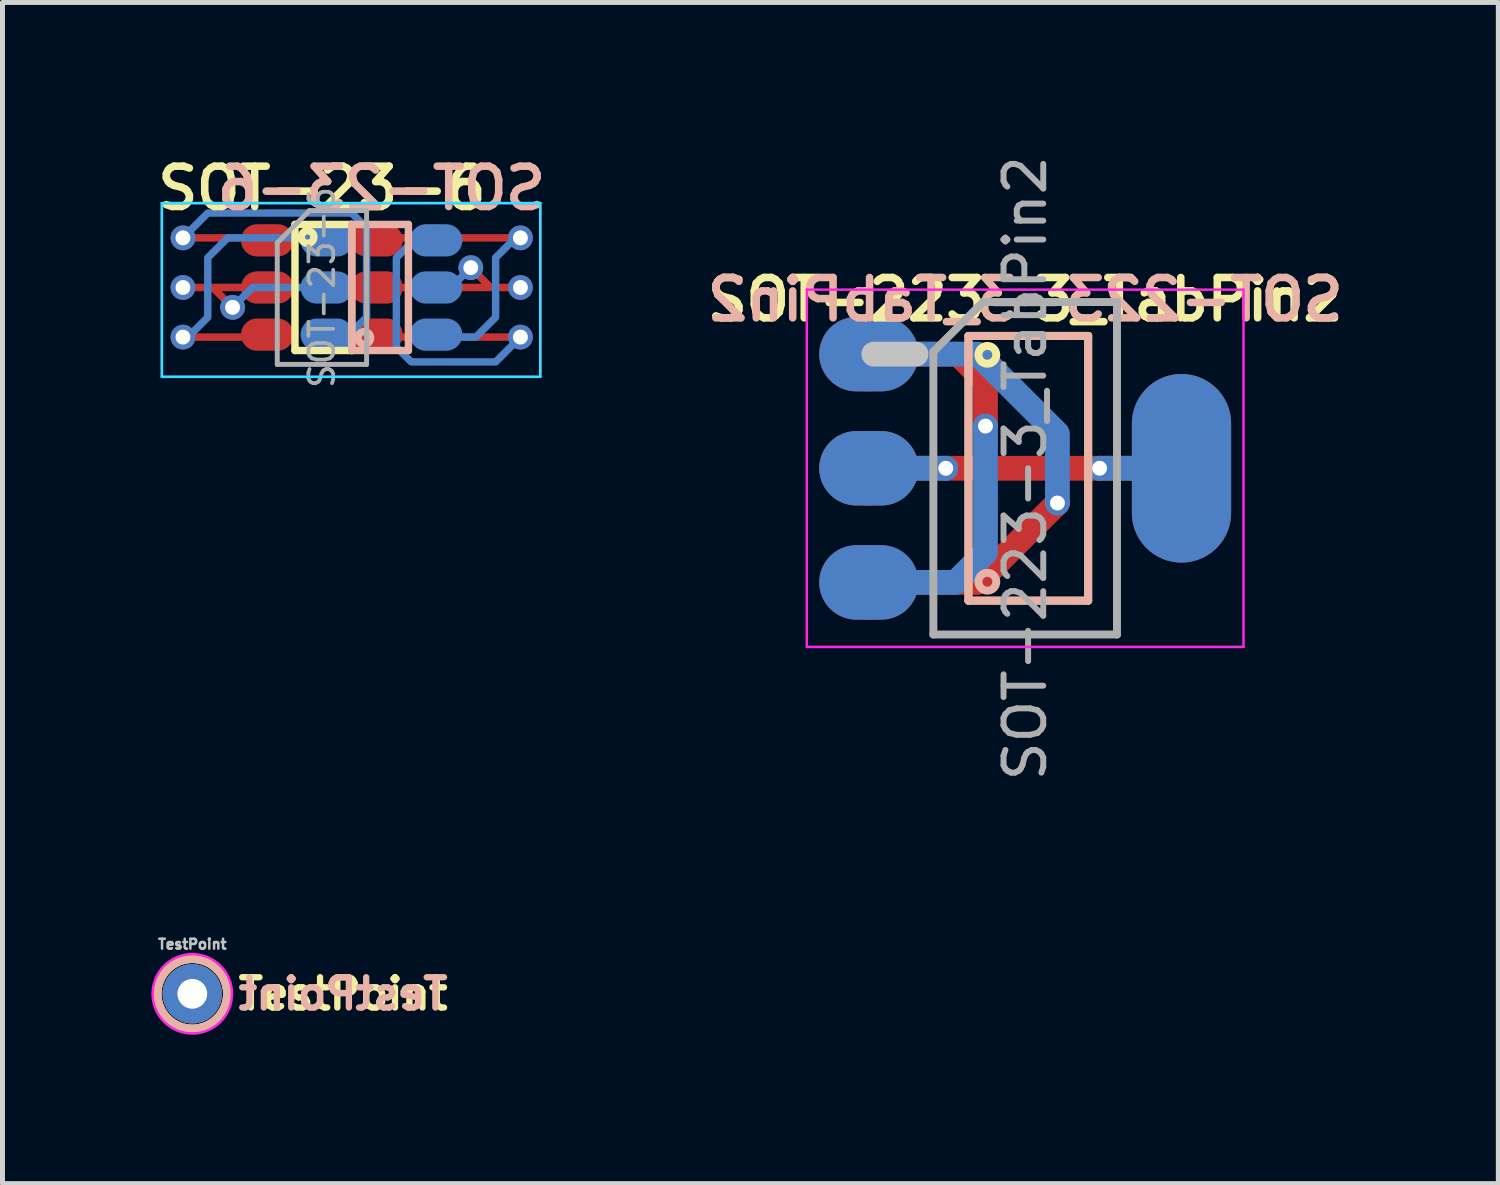
<source format=kicad_pcb>
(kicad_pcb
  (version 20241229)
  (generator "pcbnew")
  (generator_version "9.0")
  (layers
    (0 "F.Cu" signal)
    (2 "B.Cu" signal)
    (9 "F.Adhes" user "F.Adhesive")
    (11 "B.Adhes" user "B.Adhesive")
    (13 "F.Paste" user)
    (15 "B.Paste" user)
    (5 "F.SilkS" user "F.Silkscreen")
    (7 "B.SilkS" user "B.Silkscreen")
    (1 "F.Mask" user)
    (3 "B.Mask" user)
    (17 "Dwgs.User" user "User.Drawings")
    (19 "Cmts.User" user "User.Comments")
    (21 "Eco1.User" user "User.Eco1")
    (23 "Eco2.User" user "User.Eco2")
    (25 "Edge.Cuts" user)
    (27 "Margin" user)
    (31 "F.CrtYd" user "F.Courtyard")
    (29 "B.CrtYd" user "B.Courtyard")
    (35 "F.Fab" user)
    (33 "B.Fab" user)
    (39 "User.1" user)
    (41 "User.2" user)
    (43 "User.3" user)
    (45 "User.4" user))
  (footprint "SOT-223-3_TabPin2"
    (layer "F.Cu")
    (at 17.608 6.386)
    (property "Reference" "SOT-223-3_TabPin2" (at 0 -3.4 0) (layer "F.SilkS") (effects (font (size 0.813 0.813) (thickness 0.152))))
    (attr smd)
    (fp_line (start -1.143 -2.667) (end 1.27 -2.667) (stroke (width 0.16) (type solid)) (layer "F.SilkS"))
    (fp_line (start -1.143 2.667) (end -1.143 -2.667) (stroke (width 0.16) (type solid)) (layer "F.SilkS"))
    (fp_line (start 1.27 -2.667) (end 1.27 2.667) (stroke (width 0.16) (type solid)) (layer "F.SilkS"))
    (fp_line (start 1.27 2.667) (end -1.143 2.667) (stroke (width 0.16) (type solid)) (layer "F.SilkS"))
    (fp_circle (center -0.762 -2.286) (end -0.889 -2.159) (stroke (width 0.16) (type solid)) (fill no) (layer "F.SilkS"))
    (fp_line (start -1.143 -2.667) (end 1.27 -2.667) (stroke (width 0.16) (type solid)) (layer "B.SilkS"))
    (fp_line (start -1.143 2.667) (end -1.143 -2.667) (stroke (width 0.16) (type solid)) (layer "B.SilkS"))
    (fp_line (start 1.27 -2.667) (end 1.27 2.667) (stroke (width 0.16) (type solid)) (layer "B.SilkS"))
    (fp_line (start 1.27 2.667) (end -1.143 2.667) (stroke (width 0.16) (type solid)) (layer "B.SilkS"))
    (fp_circle (center -0.762 2.286) (end -0.582 2.286) (stroke (width 0.16) (type solid)) (fill no) (layer "B.SilkS"))
    (fp_line (start -3.05 -2.3) (end -2.2 -2.3) (stroke (width 0.5) (type solid)) (layer "Dwgs.User"))
    (fp_line (start -4.4 -3.6) (end -4.4 3.6) (stroke (width 0.05) (type solid)) (layer "F.CrtYd"))
    (fp_line (start -4.4 3.6) (end 4.4 3.6) (stroke (width 0.05) (type solid)) (layer "F.CrtYd"))
    (fp_line (start 4.4 -3.6) (end -4.4 -3.6) (stroke (width 0.05) (type solid)) (layer "F.CrtYd"))
    (fp_line (start 4.4 3.6) (end 4.4 -3.6) (stroke (width 0.05) (type solid)) (layer "F.CrtYd"))
    (fp_line (start -1.85 -2.35) (end -1.85 3.35) (stroke (width 0.16) (type solid)) (layer "F.Fab"))
    (fp_line (start -1.85 -2.35) (end -0.85 -3.35) (stroke (width 0.16) (type solid)) (layer "F.Fab"))
    (fp_line (start -1.85 3.35) (end 1.85 3.35) (stroke (width 0.16) (type solid)) (layer "F.Fab"))
    (fp_line (start -0.85 -3.35) (end 1.85 -3.35) (stroke (width 0.16) (type solid)) (layer "F.Fab"))
    (fp_line (start 1.85 -3.35) (end 1.85 3.35) (stroke (width 0.16) (type solid)) (layer "F.Fab"))
    (fp_text user "${REFERENCE}" (at 0 -3.4 0) (layer "B.SilkS") (effects (font (size 0.813 0.813) (thickness 0.152)) (justify mirror)))
    (fp_text user "${REFERENCE}" (at 0 0 90) (layer "F.Fab") (effects (font (size 0.8 0.8) (thickness 0.12))))
    (pad "1" smd custom (at -3.15 -2.3) (size 1.5 1.5) (layers "F.Cu") (options (anchor circle)) (primitives (gr_line (start 1.8 0) (end 2.35 0.55) (width 0.5)) (gr_line (start 0 0) (end 1.8 0) (width 0.5)) (gr_line (start 2.35 0.55) (end 2.35 1.45) (width 0.5))))
    (pad "1" smd oval (at -3.15 -2.3) (size 2 1.5) (layers "F.Cu" "F.Mask" "F.Paste"))
    (pad "1" smd custom (at -3.15 2.3) (size 1.5 1.5) (layers "B.Cu") (options (anchor circle)) (primitives (gr_line (start 0 0) (end 1.75 0) (width 0.5)) (gr_line (start 2.35 -0.6) (end 2.35 -3.15) (width 0.5)) (gr_line (start 1.75 0) (end 2.35 -0.6) (width 0.5))))
    (pad "1" smd oval (at -3.15 2.3) (size 2 1.5) (layers "B.Cu" "B.Mask" "B.Paste"))
    (pad "1" thru_hole circle (at -0.8 -0.85) (size 0.5 0.5) (drill 0.3) (layers "*.Cu"))
    (pad "2" smd custom (at -3.15 0) (size 1.5 1.5) (layers "F.Cu") (options (anchor circle)) (primitives (gr_line (start 0 0) (end 1.55 0) (width 0.5))))
    (pad "2" smd custom (at -3.15 0) (size 1.5 1.5) (layers "B.Cu") (options (anchor circle)) (primitives (gr_line (start 0 0) (end 1.55 0) (width 0.5))))
    (pad "2" smd oval (at -3.15 0) (size 2 1.5) (layers "F.Cu" "F.Mask" "F.Paste"))
    (pad "2" smd oval (at -3.15 0) (size 2 1.5) (layers "B.Cu" "B.Mask" "B.Paste"))
    (pad "2" thru_hole circle (at -1.6 0) (size 0.5 0.5) (drill 0.3) (layers "*.Cu"))
    (pad "2" thru_hole circle (at 1.5 0) (size 0.5 0.5) (drill 0.3) (layers "*.Cu"))
    (pad "2" smd custom (at 3.15 0) (size 2 2) (layers "F.Cu") (options (anchor circle)) (primitives (gr_line (start -4.75 0) (end 0.05 0) (width 0.5))))
    (pad "2" smd custom (at 3.15 0) (size 2 2) (layers "B.Cu") (options (anchor circle)) (primitives (gr_line (start -1.65 0) (end 0.05 0) (width 0.5))))
    (pad "2" smd oval (at 3.15 0) (size 2 3.8) (layers "F.Cu" "F.Mask" "F.Paste"))
    (pad "2" smd oval (at 3.15 0) (size 2 3.8) (layers "B.Cu" "B.Mask" "B.Paste"))
    (pad "3" smd custom (at -3.15 -2.3) (size 1.5 1.5) (layers "B.Cu") (options (anchor circle)) (primitives (gr_line (start 3.8 1.6) (end 3.8 3) (width 0.5)) (gr_line (start 2.2 0) (end 3.8 1.6) (width 0.5)) (gr_line (start -0.05 0) (end 2.2 0) (width 0.5))))
    (pad "3" smd oval (at -3.15 -2.3) (size 2 1.5) (layers "B.Cu" "B.Mask" "B.Paste"))
    (pad "3" smd custom (at -3.15 2.3) (size 1.5 1.5) (layers "F.Cu") (options (anchor circle)) (primitives (gr_line (start -0.05 0) (end 2.2 0) (width 0.5)) (gr_line (start 2.2 0) (end 3.8 -1.6) (width 0.5))))
    (pad "3" smd oval (at -3.15 2.3) (size 2 1.5) (layers "F.Cu" "F.Mask" "F.Paste"))
    (pad "3" thru_hole circle (at 0.65 0.7) (size 0.5 0.5) (drill 0.3) (layers "*.Cu")))
  (footprint "SOT-23-6"
    (layer "F.Cu")
    (at 4.037 2.743)
    (property "Reference" "SOT-23-6" (at -0.6 -2 0) (layer "F.SilkS") (effects (font (size 0.813 0.813) (thickness 0.152))))
    (attr smd)
    (fp_line (start -1.143 -1.27) (end 0 -1.27) (stroke (width 0.15) (type solid)) (layer "F.SilkS"))
    (fp_line (start -1.143 1.27) (end -1.143 -1.27) (stroke (width 0.15) (type solid)) (layer "F.SilkS"))
    (fp_line (start 0 -1.27) (end 0 1.27) (stroke (width 0.15) (type solid)) (layer "F.SilkS"))
    (fp_line (start 0 1.27) (end -1.143 1.27) (stroke (width 0.15) (type solid)) (layer "F.SilkS"))
    (fp_circle (center -0.889 -1.016) (end -0.889 -0.889) (stroke (width 0.15) (type solid)) (fill no) (layer "F.SilkS"))
    (fp_line (start 0 -1.27) (end 1.143 -1.27) (stroke (width 0.15) (type solid)) (layer "B.SilkS"))
    (fp_line (start 0 1.27) (end 0 -1.27) (stroke (width 0.15) (type solid)) (layer "B.SilkS"))
    (fp_line (start 1.143 -1.27) (end 1.143 1.27) (stroke (width 0.15) (type solid)) (layer "B.SilkS"))
    (fp_line (start 1.143 1.27) (end 0 1.27) (stroke (width 0.15) (type solid)) (layer "B.SilkS"))
    (fp_circle (center 0.254 1.016) (end 0.254 1.143) (stroke (width 0.15) (type solid)) (fill no) (layer "B.SilkS"))
    (fp_line (start -3.825 -1.7) (end -3.825 1.8) (stroke (width 0.05) (type solid)) (layer "B.CrtYd"))
    (fp_line (start -3.825 1.8) (end 3.8 1.8) (stroke (width 0.05) (type solid)) (layer "B.CrtYd"))
    (fp_line (start 3.8 -1.7) (end -3.825 -1.7) (stroke (width 0.05) (type solid)) (layer "B.CrtYd"))
    (fp_line (start 3.8 1.8) (end 3.8 -1.7) (stroke (width 0.05) (type solid)) (layer "B.CrtYd"))
    (fp_line (start -3.825 -1.7) (end -3.825 1.8) (stroke (width 0.05) (type solid)) (layer "F.CrtYd"))
    (fp_line (start -3.825 1.8) (end 3.8 1.8) (stroke (width 0.05) (type solid)) (layer "F.CrtYd"))
    (fp_line (start 3.8 -1.7) (end -3.825 -1.7) (stroke (width 0.05) (type solid)) (layer "F.CrtYd"))
    (fp_line (start 3.8 1.8) (end 3.8 -1.7) (stroke (width 0.05) (type solid)) (layer "F.CrtYd"))
    (fp_line (start -1.5 -0.9) (end -1.5 1.55) (stroke (width 0.1) (type solid)) (layer "F.Fab"))
    (fp_line (start -1.5 -0.9) (end -0.85 -1.55) (stroke (width 0.1) (type solid)) (layer "F.Fab"))
    (fp_line (start 0.3 -1.55) (end -0.85 -1.55) (stroke (width 0.1) (type solid)) (layer "F.Fab"))
    (fp_line (start 0.3 -1.55) (end 0.3 1.55) (stroke (width 0.1) (type solid)) (layer "F.Fab"))
    (fp_line (start 0.3 1.55) (end -1.5 1.55) (stroke (width 0.1) (type solid)) (layer "F.Fab"))
    (fp_text user "${REFERENCE}" (at 0.6 -2 0) (layer "B.SilkS") (effects (font (size 0.813 0.813) (thickness 0.152)) (justify mirror)))
    (fp_text user "${REFERENCE}" (at -0.6 0 90) (layer "F.Fab") (effects (font (size 0.5 0.5) (thickness 0.075))))
    (pad "1" thru_hole circle (at -3.4 -1) (size 0.5 0.5) (drill 0.3) (layers "*.Cu"))
    (pad "1" smd custom (at -1.7 -0.95) (size 0.6 0.6) (layers "F.Cu") (options (anchor circle)) (primitives (gr_line (start -1.7 -0.05) (end 0.1 -0.05) (width 0.15))))
    (pad "1" smd oval (at -1.7 -0.95) (size 1.06 0.65) (layers "F.Cu" "F.Mask" "F.Paste"))
    (pad "1" smd custom (at -0.5 0.95) (size 0.6 0.6) (layers "B.Cu") (options (anchor circle)) (primitives (gr_line (start 0.8 -2.15) (end 0.5 -2.45) (width 0.15)) (gr_line (start -0.1 0.05) (end 0.4 0.05) (width 0.15)) (gr_line (start 0.8 -0.35) (end 0.8 -2.15) (width 0.15)) (gr_line (start 0.4 0.05) (end 0.8 -0.35) (width 0.15)) (gr_line (start 0.5 -2.45) (end -2.4 -2.45) (width 0.15)) (gr_line (start -2.4 -2.45) (end -2.9 -1.95) (width 0.15))))
    (pad "1" smd oval (at -0.5 0.95) (size 1.06 0.65) (layers "B.Cu" "B.Mask" "B.Paste"))
    (pad "2" thru_hole circle (at -3.4 0) (size 0.5 0.5) (drill 0.3) (layers "*.Cu"))
    (pad "2" thru_hole circle (at -2.4 0.4) (size 0.5 0.5) (drill 0.3) (layers "*.Cu"))
    (pad "2" smd custom (at -1.7 0) (size 0.6 0.6) (layers "F.Cu") (options (anchor circle)) (primitives (gr_line (start -0.7 0.4) (end -1.1 0) (width 0.15)) (gr_line (start -1.7 0) (end 0.1 0) (width 0.15))))
    (pad "2" smd oval (at -1.7 0) (size 1.06 0.65) (layers "F.Cu" "F.Mask" "F.Paste"))
    (pad "2" smd custom (at -0.5 0) (size 0.6 0.6) (layers "B.Cu") (options (anchor circle)) (primitives (gr_line (start -1.5 0) (end -1.9 0.4) (width 0.15)) (gr_line (start 0.1 0) (end -1.5 0) (width 0.15))))
    (pad "2" smd oval (at -0.5 0) (size 1.06 0.65) (layers "B.Cu" "B.Mask" "B.Paste"))
    (pad "3" thru_hole circle (at -3.4 1) (size 0.5 0.5) (drill 0.3) (layers "*.Cu"))
    (pad "3" smd custom (at -1.7 0.95) (size 0.6 0.6) (layers "F.Cu") (options (anchor circle)) (primitives (gr_line (start -1.7 0.05) (end 0.1 0.05) (width 0.15))))
    (pad "3" smd oval (at -1.7 0.95) (size 1.06 0.65) (layers "F.Cu" "F.Mask" "F.Paste"))
    (pad "3" smd custom (at -0.5 -0.95) (size 0.6 0.6) (layers "B.Cu") (options (anchor circle)) (primitives (gr_line (start -2 -0.05) (end -2.4 0.35) (width 0.15)) (gr_line (start -2.8 1.95) (end -2.9 1.95) (width 0.15)) (gr_line (start 0.1 -0.05) (end -2 -0.05) (width 0.15)) (gr_line (start -2.4 1.55) (end -2.4 0.35) (width 0.15)) (gr_line (start -2.4 1.55) (end -2.8 1.95) (width 0.15))))
    (pad "3" smd oval (at -0.5 -0.95) (size 1.06 0.65) (layers "B.Cu" "B.Mask" "B.Paste"))
    (pad "4" smd custom (at 0.5 0.95) (size 0.6 0.6) (layers "F.Cu") (options (anchor circle)) (primitives (gr_line (start 2.9 0.05) (end -0.1 0.05) (width 0.15))))
    (pad "4" smd oval (at 0.5 0.95) (size 1.06 0.65) (layers "F.Cu" "F.Mask" "F.Paste"))
    (pad "4" smd custom (at 1.7 -0.95) (size 0.6 0.6) (layers "B.Cu") (options (anchor circle)) (primitives (gr_line (start -0.4 -0.05) (end -0.8 0.35) (width 0.15)) (gr_line (start -0.8 2.15) (end -0.5 2.45) (width 0.15)) (gr_line (start 1.2 2.45) (end 1.7 1.95) (width 0.15)) (gr_line (start -0.8 0.35) (end -0.8 2.15) (width 0.15)) (gr_line (start 0.1 -0.05) (end -0.4 -0.05) (width 0.15)) (gr_line (start -0.5 2.45) (end 1.2 2.45) (width 0.15))))
    (pad "4" smd oval (at 1.7 -0.95) (size 1.06 0.65) (layers "B.Cu" "B.Mask" "B.Paste"))
    (pad "4" thru_hole circle (at 3.4 1) (size 0.5 0.5) (drill 0.3) (layers "*.Cu"))
    (pad "5" smd custom (at 0.5 0) (size 0.6 0.6) (layers "F.Cu") (options (anchor circle)) (primitives (gr_line (start 2.9 0) (end -0.1 0) (width 0.15)) (gr_line (start 1.9 -0.4) (end 2.3 0) (width 0.15))))
    (pad "5" smd oval (at 0.5 0) (size 1.06 0.65) (layers "F.Cu" "F.Mask" "F.Paste"))
    (pad "5" smd custom (at 1.7 0) (size 0.6 0.6) (layers "B.Cu") (options (anchor circle)) (primitives (gr_line (start -0.1 0) (end 0.3 0) (width 0.15)) (gr_line (start 0.3 0) (end 0.7 -0.4) (width 0.15))))
    (pad "5" smd oval (at 1.7 0) (size 1.06 0.65) (layers "B.Cu" "B.Mask" "B.Paste"))
    (pad "5" thru_hole circle (at 2.4 -0.4) (size 0.5 0.5) (drill 0.3) (layers "*.Cu"))
    (pad "5" thru_hole circle (at 3.4 0) (size 0.5 0.5) (drill 0.3) (layers "*.Cu"))
    (pad "6" smd custom (at 0.5 -0.95) (size 0.6 0.6) (layers "F.Cu") (options (anchor circle)) (primitives (gr_line (start 2.9 -0.05) (end -0.1 -0.05) (width 0.15))))
    (pad "6" smd oval (at 0.5 -0.95) (size 1.06 0.65) (layers "F.Cu" "F.Mask" "F.Paste"))
    (pad "6" smd custom (at 1.7 0.95) (size 0.6 0.6) (layers "B.Cu") (options (anchor circle)) (primitives (gr_line (start 1.2 -1.55) (end 1.6 -1.95) (width 0.15)) (gr_line (start -0.1 0.05) (end 0.8 0.05) (width 0.15)) (gr_line (start 1.6 -1.95) (end 1.7 -1.95) (width 0.15)) (gr_line (start 0.8 0.05) (end 1.2 -0.35) (width 0.15)) (gr_line (start 1.2 -0.35) (end 1.2 -1.55) (width 0.15))))
    (pad "6" smd oval (at 1.7 0.95) (size 1.06 0.65) (layers "B.Cu" "B.Mask" "B.Paste"))
    (pad "6" thru_hole circle (at 3.4 -1) (size 0.5 0.5) (drill 0.3) (layers "*.Cu")))
  (footprint "TestPoint"
    (layer "F.Cu")
    (at 0.825 16.976)
    (property "Reference" "TestPoint" (at 0 -1 0) (layer "Dwgs.User") (effects (font (size 0.2 0.2) (thickness 0.05))))
    (property "Value" "TestPoint" (at 0 1 0) (layer "F.Fab") (hide yes) (effects (font (size 0.2 0.2) (thickness 0.05))))
    (attr through_hole)
    (fp_circle (center 0 0) (end 0.7 0) (stroke (width 0.16) (type solid)) (fill no) (layer "F.SilkS"))
    (fp_circle (center 0 0) (end 0.7 0) (stroke (width 0.16) (type solid)) (fill no) (layer "B.SilkS"))
    (fp_circle (center 0 0) (end 0.8 0) (stroke (width 0.05) (type solid)) (fill no) (layer "F.CrtYd"))
    (fp_text user "${VALUE}" (at 0.864 0 0) (layer "F.SilkS") (effects (font (size 0.61 0.61) (thickness 0.127)) (justify left)))
    (fp_text user "${VALUE}" (at 0.864 0 0) (layer "B.SilkS") (effects (font (size 0.61 0.61) (thickness 0.127)) (justify right mirror)))
    (pad "1" thru_hole circle (at 0 0) (size 1.2 1.2) (drill 0.6) (layers "*.Cu" "*.Mask")))
  (gr_rect
    (start -3 -3)
    (end 27.142 20.801)
    (stroke (width 0.1) (type default))
    (fill no)
    (layer "Edge.Cuts")))
</source>
